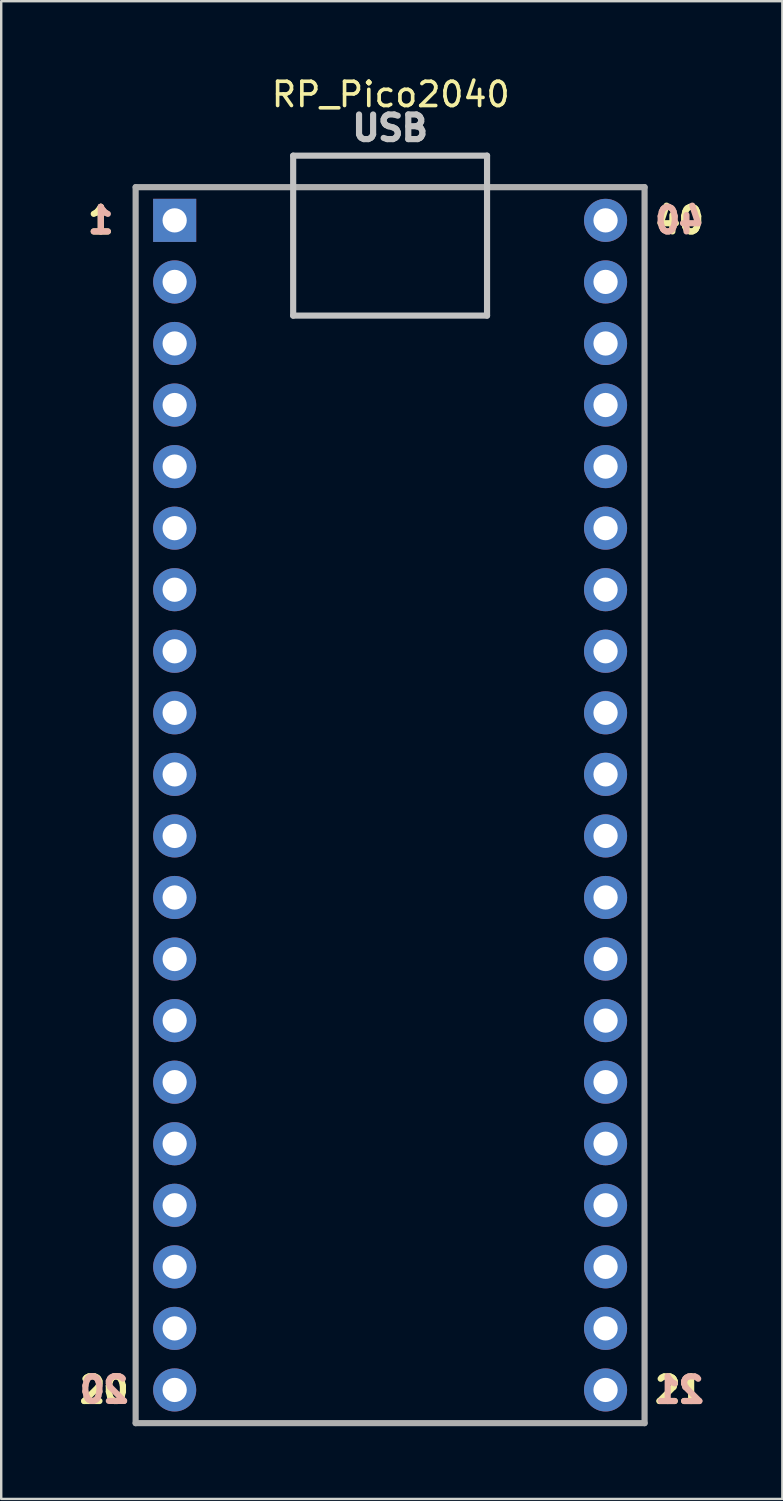
<source format=kicad_pcb>
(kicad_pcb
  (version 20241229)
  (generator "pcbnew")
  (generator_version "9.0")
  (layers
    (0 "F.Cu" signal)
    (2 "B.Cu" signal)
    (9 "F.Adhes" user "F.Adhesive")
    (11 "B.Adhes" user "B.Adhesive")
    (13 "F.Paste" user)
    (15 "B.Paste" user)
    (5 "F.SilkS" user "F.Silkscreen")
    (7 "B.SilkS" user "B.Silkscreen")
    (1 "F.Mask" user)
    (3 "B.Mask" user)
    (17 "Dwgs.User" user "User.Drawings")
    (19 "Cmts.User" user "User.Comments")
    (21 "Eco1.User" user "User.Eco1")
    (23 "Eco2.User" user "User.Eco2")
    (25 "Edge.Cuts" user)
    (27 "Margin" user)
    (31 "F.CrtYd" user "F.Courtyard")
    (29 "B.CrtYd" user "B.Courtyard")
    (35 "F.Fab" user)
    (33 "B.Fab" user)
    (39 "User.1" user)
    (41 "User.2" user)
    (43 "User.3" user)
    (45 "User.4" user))
  (footprint "RP_Pico2040"
    (layer "F.Cu")
    (at 13.047 30.173)
    (property "Reference" "RP_Pico2040" (at 0.025 -29.325 0) (layer "F.SilkS") (effects (font (size 1 1) (thickness 0.15))))
    (attr through_hole)
    (fp_line (start -4 -26.8) (end -4 -20.2) (stroke (width 0.254) (type solid)) (layer "Dwgs.User"))
    (fp_line (start 4 -26.8) (end -4 -26.8) (stroke (width 0.254) (type solid)) (layer "Dwgs.User"))
    (fp_line (start 4 -26.8) (end 4 -20.2) (stroke (width 0.254) (type solid)) (layer "Dwgs.User"))
    (fp_line (start 4 -20.2) (end -4 -20.2) (stroke (width 0.254) (type solid)) (layer "Dwgs.User"))
    (fp_line (start -10.5 -25.5) (end 10.5 -25.5) (stroke (width 0.254) (type solid)) (layer "F.Fab"))
    (fp_line (start -10.5 25.5) (end -10.5 -25.5) (stroke (width 0.254) (type solid)) (layer "F.Fab"))
    (fp_line (start -10.5 25.5) (end 10.5 25.5) (stroke (width 0.254) (type solid)) (layer "F.Fab"))
    (fp_line (start 10.5 25.5) (end 10.5 -25.5) (stroke (width 0.254) (type solid)) (layer "F.Fab"))
    (fp_text user "20" (at -11.8 24.13 0) (layer "F.SilkS") (effects (font (size 1.016 1.016) (thickness 0.254))))
    (fp_text user "21" (at 11.938 24.13 0) (layer "F.SilkS") (effects (font (size 1.016 1.016) (thickness 0.254))))
    (fp_text user "40" (at 11.938 -24.13 0) (layer "F.SilkS") (effects (font (size 1.016 1.016) (thickness 0.254))))
    (fp_text user "1" (at -11.938 -24.13 0) (layer "F.SilkS") (effects (font (size 1.016 1.016) (thickness 0.254))))
    (fp_text user "21" (at 11.938 24.13 0) (layer "B.SilkS") (effects (font (size 1.016 1.016) (thickness 0.254)) (justify mirror)))
    (fp_text user "20" (at -11.8 24.125 0) (layer "B.SilkS") (effects (font (size 1.016 1.016) (thickness 0.254)) (justify mirror)))
    (fp_text user "1" (at -11.938 -24.13 0) (layer "B.SilkS") (effects (font (size 1.016 1.016) (thickness 0.254)) (justify mirror)))
    (fp_text user "40" (at 11.938 -24.13 0) (layer "B.SilkS") (effects (font (size 1.016 1.016) (thickness 0.254)) (justify mirror)))
    (fp_text user "USB" (at 0 -27.94 0) (layer "Dwgs.User") (effects (font (size 1.016 1.016) (thickness 0.254))))
    (pad "1" thru_hole rect (at -8.89 -24.13 270) (size 1.778 1.778) (drill 1) (layers "*.Cu" "*.Mask"))
    (pad "2" thru_hole circle (at -8.89 -21.59 270) (size 1.778 1.778) (drill 1) (layers "*.Cu" "*.Mask"))
    (pad "3" thru_hole circle (at -8.89 -19.05 270) (size 1.778 1.778) (drill 1) (layers "*.Cu" "*.Mask"))
    (pad "4" thru_hole circle (at -8.89 -16.51 270) (size 1.778 1.778) (drill 1) (layers "*.Cu" "*.Mask"))
    (pad "5" thru_hole circle (at -8.89 -13.97 270) (size 1.778 1.778) (drill 1) (layers "*.Cu" "*.Mask"))
    (pad "6" thru_hole circle (at -8.89 -11.43 270) (size 1.778 1.778) (drill 1) (layers "*.Cu" "*.Mask"))
    (pad "7" thru_hole circle (at -8.89 -8.89 270) (size 1.778 1.778) (drill 1) (layers "*.Cu" "*.Mask"))
    (pad "8" thru_hole circle (at -8.89 -6.35 270) (size 1.778 1.778) (drill 1) (layers "*.Cu" "*.Mask"))
    (pad "9" thru_hole circle (at -8.89 -3.81 270) (size 1.778 1.778) (drill 1) (layers "*.Cu" "*.Mask"))
    (pad "10" thru_hole circle (at -8.89 -1.27 270) (size 1.778 1.778) (drill 1) (layers "*.Cu" "*.Mask"))
    (pad "11" thru_hole circle (at -8.89 1.27 270) (size 1.778 1.778) (drill 1) (layers "*.Cu" "*.Mask"))
    (pad "12" thru_hole circle (at -8.89 3.81 270) (size 1.778 1.778) (drill 1) (layers "*.Cu" "*.Mask"))
    (pad "13" thru_hole circle (at -8.89 6.35 270) (size 1.778 1.778) (drill 1) (layers "*.Cu" "*.Mask"))
    (pad "14" thru_hole circle (at -8.89 8.89 270) (size 1.778 1.778) (drill 1) (layers "*.Cu" "*.Mask"))
    (pad "15" thru_hole circle (at -8.89 11.43 270) (size 1.778 1.778) (drill 1) (layers "*.Cu" "*.Mask"))
    (pad "16" thru_hole circle (at -8.89 13.97 270) (size 1.778 1.778) (drill 1) (layers "*.Cu" "*.Mask"))
    (pad "17" thru_hole circle (at -8.89 16.51 270) (size 1.778 1.778) (drill 1) (layers "*.Cu" "*.Mask"))
    (pad "18" thru_hole circle (at -8.89 19.05 270) (size 1.778 1.778) (drill 1) (layers "*.Cu" "*.Mask"))
    (pad "19" thru_hole circle (at -8.89 21.59 270) (size 1.778 1.778) (drill 1) (layers "*.Cu" "*.Mask"))
    (pad "20" thru_hole circle (at -8.89 24.13 270) (size 1.778 1.778) (drill 1) (layers "*.Cu" "*.Mask"))
    (pad "21" thru_hole circle (at 8.89 24.13 270) (size 1.778 1.778) (drill 1) (layers "*.Cu" "*.Mask"))
    (pad "22" thru_hole circle (at 8.89 21.59 270) (size 1.778 1.778) (drill 1) (layers "*.Cu" "*.Mask"))
    (pad "23" thru_hole circle (at 8.89 19.05 270) (size 1.778 1.778) (drill 1) (layers "*.Cu" "*.Mask"))
    (pad "24" thru_hole circle (at 8.89 16.51 270) (size 1.778 1.778) (drill 1) (layers "*.Cu" "*.Mask"))
    (pad "25" thru_hole circle (at 8.89 13.97 270) (size 1.778 1.778) (drill 1) (layers "*.Cu" "*.Mask"))
    (pad "26" thru_hole circle (at 8.89 11.43 270) (size 1.778 1.778) (drill 1) (layers "*.Cu" "*.Mask"))
    (pad "27" thru_hole circle (at 8.89 8.89 270) (size 1.778 1.778) (drill 1) (layers "*.Cu" "*.Mask"))
    (pad "28" thru_hole circle (at 8.89 6.35 270) (size 1.778 1.778) (drill 1) (layers "*.Cu" "*.Mask"))
    (pad "29" thru_hole circle (at 8.89 3.81 270) (size 1.778 1.778) (drill 1) (layers "*.Cu" "*.Mask"))
    (pad "30" thru_hole circle (at 8.89 1.27 270) (size 1.778 1.778) (drill 1) (layers "*.Cu" "*.Mask"))
    (pad "31" thru_hole circle (at 8.89 -1.27 270) (size 1.778 1.778) (drill 1) (layers "*.Cu" "*.Mask"))
    (pad "32" thru_hole circle (at 8.89 -3.81 270) (size 1.778 1.778) (drill 1) (layers "*.Cu" "*.Mask"))
    (pad "33" thru_hole circle (at 8.89 -6.35 270) (size 1.778 1.778) (drill 1) (layers "*.Cu" "*.Mask"))
    (pad "34" thru_hole circle (at 8.89 -8.89 270) (size 1.778 1.778) (drill 1) (layers "*.Cu" "*.Mask"))
    (pad "35" thru_hole circle (at 8.89 -11.43 270) (size 1.778 1.778) (drill 1) (layers "*.Cu" "*.Mask"))
    (pad "36" thru_hole circle (at 8.89 -13.97 270) (size 1.778 1.778) (drill 1) (layers "*.Cu" "*.Mask"))
    (pad "37" thru_hole circle (at 8.89 -16.51 270) (size 1.778 1.778) (drill 1) (layers "*.Cu" "*.Mask"))
    (pad "38" thru_hole circle (at 8.89 -19.05 270) (size 1.778 1.778) (drill 1) (layers "*.Cu" "*.Mask"))
    (pad "39" thru_hole circle (at 8.89 -21.59 270) (size 1.778 1.778) (drill 1) (layers "*.Cu" "*.Mask"))
    (pad "40" thru_hole circle (at 8.89 -24.13 270) (size 1.778 1.778) (drill 1) (layers "*.Cu" "*.Mask")))
  (gr_rect
    (start -3 -3)
    (end 29.232 58.8)
    (stroke (width 0.1) (type default))
    (fill no)
    (layer "Edge.Cuts")))
</source>
